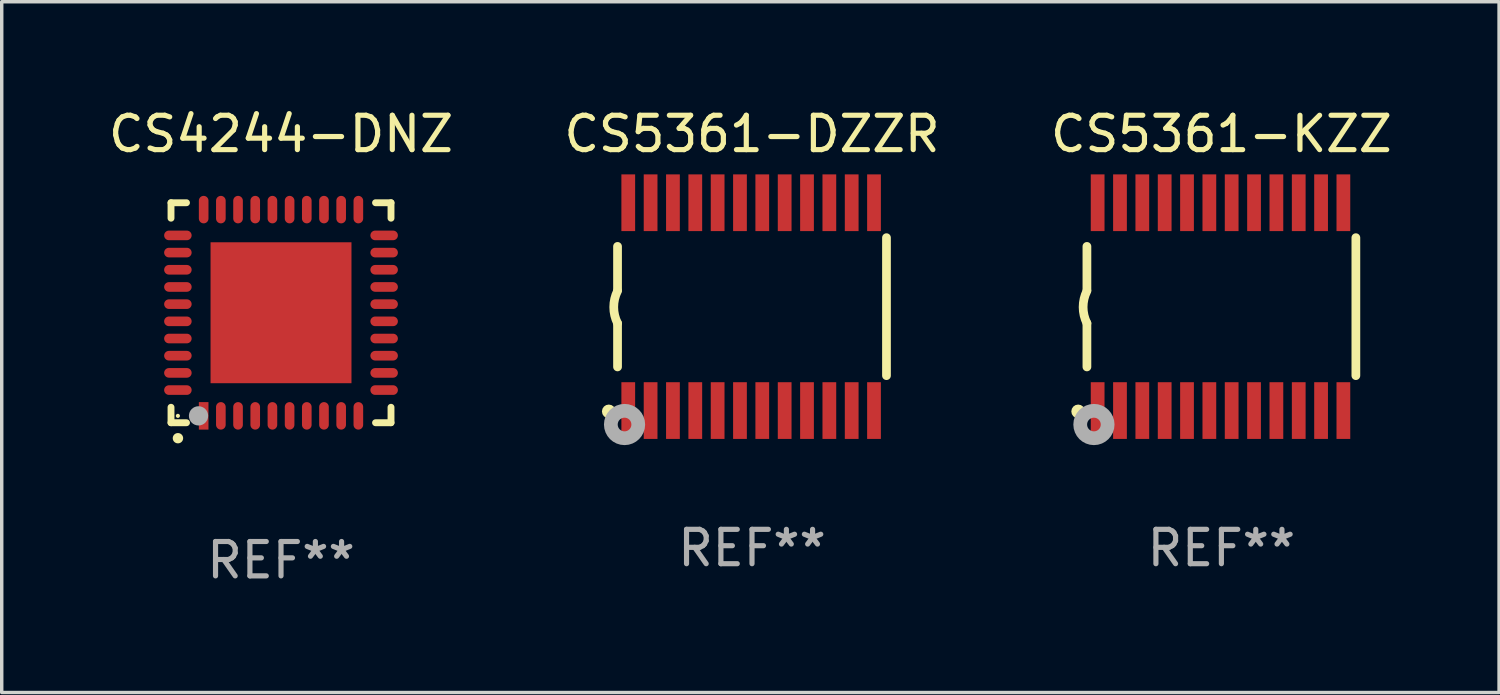
<source format=kicad_pcb>
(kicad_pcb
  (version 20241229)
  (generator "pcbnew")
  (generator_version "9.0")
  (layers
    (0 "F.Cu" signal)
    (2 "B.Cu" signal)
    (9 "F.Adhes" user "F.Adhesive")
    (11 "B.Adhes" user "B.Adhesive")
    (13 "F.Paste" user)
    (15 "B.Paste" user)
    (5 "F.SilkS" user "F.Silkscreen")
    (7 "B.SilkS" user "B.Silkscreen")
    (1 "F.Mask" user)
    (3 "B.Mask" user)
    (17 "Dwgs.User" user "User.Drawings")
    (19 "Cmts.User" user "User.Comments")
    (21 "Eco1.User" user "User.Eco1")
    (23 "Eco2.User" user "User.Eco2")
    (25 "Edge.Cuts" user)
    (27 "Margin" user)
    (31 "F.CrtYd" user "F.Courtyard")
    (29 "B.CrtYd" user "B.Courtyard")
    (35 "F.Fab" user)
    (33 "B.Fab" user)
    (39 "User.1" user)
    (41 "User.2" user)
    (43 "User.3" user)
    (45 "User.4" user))
  (footprint "CS4244-DNZ"
    (layer "F.Cu")
    (at 5.125 6.048)
    (property "Reference" "CS4244-DNZ" (at 0 -5.2 0) (layer "F.SilkS") (effects (font (size 1 1) (thickness 0.15))))
    (attr through_hole)
    (fp_line (start -3.2 -3.2) (end -3.2 -2.75) (stroke (width 0.2) (type solid)) (layer "F.SilkS"))
    (fp_line (start -3.2 3.2) (end -3.2 2.75) (stroke (width 0.2) (type solid)) (layer "F.SilkS"))
    (fp_line (start -2.75 -3.2) (end -3.2 -3.2) (stroke (width 0.2) (type solid)) (layer "F.SilkS"))
    (fp_line (start -2.75 3.2) (end -3.2 3.2) (stroke (width 0.2) (type solid)) (layer "F.SilkS"))
    (fp_line (start 3.2 -3.2) (end 2.75 -3.2) (stroke (width 0.2) (type solid)) (layer "F.SilkS"))
    (fp_line (start 3.2 -2.75) (end 3.2 -3.2) (stroke (width 0.2) (type solid)) (layer "F.SilkS"))
    (fp_line (start 3.2 2.75) (end 3.2 3.2) (stroke (width 0.2) (type solid)) (layer "F.SilkS"))
    (fp_line (start 3.2 3.2) (end 2.75 3.2) (stroke (width 0.2) (type solid)) (layer "F.SilkS"))
    (fp_arc (start -2.999746 3.649987) (mid -2.998476 3.649982) (end -2.997206 3.649987) (stroke (width 0.3) (type solid)) (layer "F.SilkS"))
    (fp_circle (center -3 3) (end -2.97 3) (stroke (width 0.06) (type solid)) (fill no) (layer "F.SilkS"))
    (fp_circle (center -2.4 3) (end -2.26 3) (stroke (width 0.28) (type solid)) (fill no) (layer "F.Fab"))
    (fp_text user "REF**" (at 0 7.2 0) (layer "F.Fab") (effects (font (size 1 1) (thickness 0.15))))
    (pad "1" smd rect (at -2.25 3) (size 0.28 0.8) (layers "F.Cu" "F.Mask" "F.Paste"))
    (pad "2" smd oval (at -1.75 3) (size 0.28 0.8) (layers "F.Cu" "F.Mask" "F.Paste"))
    (pad "3" smd oval (at -1.25 3) (size 0.28 0.8) (layers "F.Cu" "F.Mask" "F.Paste"))
    (pad "4" smd oval (at -0.75 3) (size 0.28 0.8) (layers "F.Cu" "F.Mask" "F.Paste"))
    (pad "5" smd oval (at -0.25 3) (size 0.28 0.8) (layers "F.Cu" "F.Mask" "F.Paste"))
    (pad "6" smd oval (at 0.25 3) (size 0.28 0.8) (layers "F.Cu" "F.Mask" "F.Paste"))
    (pad "7" smd oval (at 0.75 3) (size 0.28 0.8) (layers "F.Cu" "F.Mask" "F.Paste"))
    (pad "8" smd oval (at 1.25 3) (size 0.28 0.8) (layers "F.Cu" "F.Mask" "F.Paste"))
    (pad "9" smd oval (at 1.75 3) (size 0.28 0.8) (layers "F.Cu" "F.Mask" "F.Paste"))
    (pad "10" smd oval (at 2.25 3) (size 0.28 0.8) (layers "F.Cu" "F.Mask" "F.Paste"))
    (pad "11" smd oval (at 3 2.25) (size 0.8 0.28) (layers "F.Cu" "F.Mask" "F.Paste"))
    (pad "12" smd oval (at 3 1.75) (size 0.8 0.28) (layers "F.Cu" "F.Mask" "F.Paste"))
    (pad "13" smd oval (at 3 1.25) (size 0.8 0.28) (layers "F.Cu" "F.Mask" "F.Paste"))
    (pad "14" smd oval (at 3 0.75) (size 0.8 0.28) (layers "F.Cu" "F.Mask" "F.Paste"))
    (pad "15" smd oval (at 3 0.25) (size 0.8 0.28) (layers "F.Cu" "F.Mask" "F.Paste"))
    (pad "16" smd oval (at 3 -0.25) (size 0.8 0.28) (layers "F.Cu" "F.Mask" "F.Paste"))
    (pad "17" smd oval (at 3 -0.75) (size 0.8 0.28) (layers "F.Cu" "F.Mask" "F.Paste"))
    (pad "18" smd oval (at 3 -1.25) (size 0.8 0.28) (layers "F.Cu" "F.Mask" "F.Paste"))
    (pad "19" smd oval (at 3 -1.75) (size 0.8 0.28) (layers "F.Cu" "F.Mask" "F.Paste"))
    (pad "20" smd oval (at 3 -2.25) (size 0.8 0.28) (layers "F.Cu" "F.Mask" "F.Paste"))
    (pad "21" smd oval (at 2.25 -3) (size 0.28 0.8) (layers "F.Cu" "F.Mask" "F.Paste"))
    (pad "22" smd oval (at 1.75 -3) (size 0.28 0.8) (layers "F.Cu" "F.Mask" "F.Paste"))
    (pad "23" smd oval (at 1.25 -3) (size 0.28 0.8) (layers "F.Cu" "F.Mask" "F.Paste"))
    (pad "24" smd oval (at 0.75 -3) (size 0.28 0.8) (layers "F.Cu" "F.Mask" "F.Paste"))
    (pad "25" smd oval (at 0.25 -3) (size 0.28 0.8) (layers "F.Cu" "F.Mask" "F.Paste"))
    (pad "26" smd oval (at -0.25 -3) (size 0.28 0.8) (layers "F.Cu" "F.Mask" "F.Paste"))
    (pad "27" smd oval (at -0.75 -3) (size 0.28 0.8) (layers "F.Cu" "F.Mask" "F.Paste"))
    (pad "28" smd oval (at -1.25 -3) (size 0.28 0.8) (layers "F.Cu" "F.Mask" "F.Paste"))
    (pad "29" smd oval (at -1.75 -3) (size 0.28 0.8) (layers "F.Cu" "F.Mask" "F.Paste"))
    (pad "30" smd oval (at -2.25 -3) (size 0.28 0.8) (layers "F.Cu" "F.Mask" "F.Paste"))
    (pad "31" smd oval (at -3 -2.25) (size 0.8 0.28) (layers "F.Cu" "F.Mask" "F.Paste"))
    (pad "32" smd oval (at -3 -1.75) (size 0.8 0.28) (layers "F.Cu" "F.Mask" "F.Paste"))
    (pad "33" smd oval (at -3 -1.25) (size 0.8 0.28) (layers "F.Cu" "F.Mask" "F.Paste"))
    (pad "34" smd oval (at -3 -0.75) (size 0.8 0.28) (layers "F.Cu" "F.Mask" "F.Paste"))
    (pad "35" smd oval (at -3 -0.25) (size 0.8 0.28) (layers "F.Cu" "F.Mask" "F.Paste"))
    (pad "36" smd oval (at -3 0.25) (size 0.8 0.28) (layers "F.Cu" "F.Mask" "F.Paste"))
    (pad "37" smd oval (at -3 0.75) (size 0.8 0.28) (layers "F.Cu" "F.Mask" "F.Paste"))
    (pad "38" smd oval (at -3 1.25) (size 0.8 0.28) (layers "F.Cu" "F.Mask" "F.Paste"))
    (pad "39" smd oval (at -3 1.75) (size 0.8 0.28) (layers "F.Cu" "F.Mask" "F.Paste"))
    (pad "40" smd oval (at -3 2.25) (size 0.8 0.28) (layers "F.Cu" "F.Mask" "F.Paste"))
    (pad "41" smd rect (at 0.000051 0.000051) (size 4.1 4.1) (layers "F.Cu" "F.Mask" "F.Paste")))
  (footprint "CS5361-DZZR"
    (layer "F.Cu")
    (at 18.827 5.871)
    (property "Reference" "CS5361-DZZR" (at 0 -5.023 0) (layer "F.SilkS") (effects (font (size 1 1) (thickness 0.15))))
    (attr through_hole)
    (fp_line (start -3.912 -0.483) (end -3.912 -1.753) (stroke (width 0.254) (type solid)) (layer "F.SilkS"))
    (fp_line (start -3.912 1.753) (end -3.912 0.483) (stroke (width 0.254) (type solid)) (layer "F.SilkS"))
    (fp_line (start 3.912 -2.007) (end 3.912 2.007) (stroke (width 0.254) (type solid)) (layer "F.SilkS"))
    (fp_arc (start -3.911608 0.482601) (mid -4.022537 0.0127) (end -3.911608 -0.457201) (stroke (width 0.254001) (type solid)) (layer "F.SilkS"))
    (fp_circle (center -4.166 3.048) (end -4.066 3.048) (stroke (width 0.2) (type solid)) (fill no) (layer "F.SilkS"))
    (fp_circle (center -3.925 3.186) (end -3.895 3.186) (stroke (width 0.06) (type solid)) (fill no) (layer "F.SilkS"))
    (fp_circle (center -3.708 3.429) (end -3.509 3.429) (stroke (width 0.4) (type solid)) (fill no) (layer "F.Fab"))
    (fp_text user "REF**" (at 0 7.023 0) (layer "F.Fab") (effects (font (size 1 1) (thickness 0.15))))
    (pad "1" smd rect (at -3.6 3.023) (size 0.4 1.65) (layers "F.Cu" "F.Mask" "F.Paste"))
    (pad "2" smd rect (at -2.95 3.023) (size 0.4 1.65) (layers "F.Cu" "F.Mask" "F.Paste"))
    (pad "3" smd rect (at -2.3 3.023) (size 0.4 1.65) (layers "F.Cu" "F.Mask" "F.Paste"))
    (pad "4" smd rect (at -1.65 3.023) (size 0.4 1.65) (layers "F.Cu" "F.Mask" "F.Paste"))
    (pad "5" smd rect (at -1 3.023) (size 0.4 1.65) (layers "F.Cu" "F.Mask" "F.Paste"))
    (pad "6" smd rect (at -0.35 3.023) (size 0.4 1.65) (layers "F.Cu" "F.Mask" "F.Paste"))
    (pad "7" smd rect (at 0.299 3.023) (size 0.4 1.65) (layers "F.Cu" "F.Mask" "F.Paste"))
    (pad "8" smd rect (at 0.95 3.023) (size 0.4 1.65) (layers "F.Cu" "F.Mask" "F.Paste"))
    (pad "9" smd rect (at 1.6 3.023) (size 0.4 1.65) (layers "F.Cu" "F.Mask" "F.Paste"))
    (pad "10" smd rect (at 2.25 3.023) (size 0.4 1.65) (layers "F.Cu" "F.Mask" "F.Paste"))
    (pad "11" smd rect (at 2.9 3.023) (size 0.4 1.65) (layers "F.Cu" "F.Mask" "F.Paste"))
    (pad "12" smd rect (at 3.549 3.023) (size 0.4 1.65) (layers "F.Cu" "F.Mask" "F.Paste"))
    (pad "13" smd rect (at 3.549 -3.023) (size 0.4 1.65) (layers "F.Cu" "F.Mask" "F.Paste"))
    (pad "14" smd rect (at 2.9 -3.023) (size 0.4 1.65) (layers "F.Cu" "F.Mask" "F.Paste"))
    (pad "15" smd rect (at 2.25 -3.023) (size 0.4 1.65) (layers "F.Cu" "F.Mask" "F.Paste"))
    (pad "16" smd rect (at 1.6 -3.023) (size 0.4 1.65) (layers "F.Cu" "F.Mask" "F.Paste"))
    (pad "17" smd rect (at 0.95 -3.023) (size 0.4 1.65) (layers "F.Cu" "F.Mask" "F.Paste"))
    (pad "18" smd rect (at 0.299 -3.023) (size 0.4 1.65) (layers "F.Cu" "F.Mask" "F.Paste"))
    (pad "19" smd rect (at -0.35 -3.023) (size 0.4 1.65) (layers "F.Cu" "F.Mask" "F.Paste"))
    (pad "20" smd rect (at -1 -3.023) (size 0.4 1.65) (layers "F.Cu" "F.Mask" "F.Paste"))
    (pad "21" smd rect (at -1.65 -3.023) (size 0.4 1.65) (layers "F.Cu" "F.Mask" "F.Paste"))
    (pad "22" smd rect (at -2.3 -3.023) (size 0.4 1.65) (layers "F.Cu" "F.Mask" "F.Paste"))
    (pad "23" smd rect (at -2.95 -3.023) (size 0.4 1.65) (layers "F.Cu" "F.Mask" "F.Paste"))
    (pad "24" smd rect (at -3.6 -3.023) (size 0.4 1.65) (layers "F.Cu" "F.Mask" "F.Paste")))
  (footprint "CS5361-KZZ"
    (layer "F.Cu")
    (at 32.482 5.871)
    (property "Reference" "CS5361-KZZ" (at 0 -5.023 0) (layer "F.SilkS") (effects (font (size 1 1) (thickness 0.15))))
    (attr through_hole)
    (fp_line (start -3.912 -0.483) (end -3.912 -1.753) (stroke (width 0.254) (type solid)) (layer "F.SilkS"))
    (fp_line (start -3.912 1.753) (end -3.912 0.483) (stroke (width 0.254) (type solid)) (layer "F.SilkS"))
    (fp_line (start 3.912 -2.007) (end 3.912 2.007) (stroke (width 0.254) (type solid)) (layer "F.SilkS"))
    (fp_arc (start -3.911608 0.482601) (mid -4.022537 0.0127) (end -3.911608 -0.457201) (stroke (width 0.254001) (type solid)) (layer "F.SilkS"))
    (fp_circle (center -4.166 3.048) (end -4.066 3.048) (stroke (width 0.2) (type solid)) (fill no) (layer "F.SilkS"))
    (fp_circle (center -3.925 3.186) (end -3.895 3.186) (stroke (width 0.06) (type solid)) (fill no) (layer "F.SilkS"))
    (fp_circle (center -3.708 3.429) (end -3.509 3.429) (stroke (width 0.4) (type solid)) (fill no) (layer "F.Fab"))
    (fp_text user "REF**" (at 0 7.023 0) (layer "F.Fab") (effects (font (size 1 1) (thickness 0.15))))
    (pad "1" smd rect (at -3.6 3.023) (size 0.4 1.65) (layers "F.Cu" "F.Mask" "F.Paste"))
    (pad "2" smd rect (at -2.95 3.023) (size 0.4 1.65) (layers "F.Cu" "F.Mask" "F.Paste"))
    (pad "3" smd rect (at -2.3 3.023) (size 0.4 1.65) (layers "F.Cu" "F.Mask" "F.Paste"))
    (pad "4" smd rect (at -1.65 3.023) (size 0.4 1.65) (layers "F.Cu" "F.Mask" "F.Paste"))
    (pad "5" smd rect (at -1 3.023) (size 0.4 1.65) (layers "F.Cu" "F.Mask" "F.Paste"))
    (pad "6" smd rect (at -0.35 3.023) (size 0.4 1.65) (layers "F.Cu" "F.Mask" "F.Paste"))
    (pad "7" smd rect (at 0.299 3.023) (size 0.4 1.65) (layers "F.Cu" "F.Mask" "F.Paste"))
    (pad "8" smd rect (at 0.95 3.023) (size 0.4 1.65) (layers "F.Cu" "F.Mask" "F.Paste"))
    (pad "9" smd rect (at 1.6 3.023) (size 0.4 1.65) (layers "F.Cu" "F.Mask" "F.Paste"))
    (pad "10" smd rect (at 2.25 3.023) (size 0.4 1.65) (layers "F.Cu" "F.Mask" "F.Paste"))
    (pad "11" smd rect (at 2.9 3.023) (size 0.4 1.65) (layers "F.Cu" "F.Mask" "F.Paste"))
    (pad "12" smd rect (at 3.549 3.023) (size 0.4 1.65) (layers "F.Cu" "F.Mask" "F.Paste"))
    (pad "13" smd rect (at 3.549 -3.023) (size 0.4 1.65) (layers "F.Cu" "F.Mask" "F.Paste"))
    (pad "14" smd rect (at 2.9 -3.023) (size 0.4 1.65) (layers "F.Cu" "F.Mask" "F.Paste"))
    (pad "15" smd rect (at 2.25 -3.023) (size 0.4 1.65) (layers "F.Cu" "F.Mask" "F.Paste"))
    (pad "16" smd rect (at 1.6 -3.023) (size 0.4 1.65) (layers "F.Cu" "F.Mask" "F.Paste"))
    (pad "17" smd rect (at 0.95 -3.023) (size 0.4 1.65) (layers "F.Cu" "F.Mask" "F.Paste"))
    (pad "18" smd rect (at 0.299 -3.023) (size 0.4 1.65) (layers "F.Cu" "F.Mask" "F.Paste"))
    (pad "19" smd rect (at -0.35 -3.023) (size 0.4 1.65) (layers "F.Cu" "F.Mask" "F.Paste"))
    (pad "20" smd rect (at -1 -3.023) (size 0.4 1.65) (layers "F.Cu" "F.Mask" "F.Paste"))
    (pad "21" smd rect (at -1.65 -3.023) (size 0.4 1.65) (layers "F.Cu" "F.Mask" "F.Paste"))
    (pad "22" smd rect (at -2.3 -3.023) (size 0.4 1.65) (layers "F.Cu" "F.Mask" "F.Paste"))
    (pad "23" smd rect (at -2.95 -3.023) (size 0.4 1.65) (layers "F.Cu" "F.Mask" "F.Paste"))
    (pad "24" smd rect (at -3.6 -3.023) (size 0.4 1.65) (layers "F.Cu" "F.Mask" "F.Paste")))
  (gr_rect
    (start -3 -3)
    (end 40.56 17.096)
    (stroke (width 0.1) (type default))
    (fill no)
    (layer "Edge.Cuts")))
</source>
